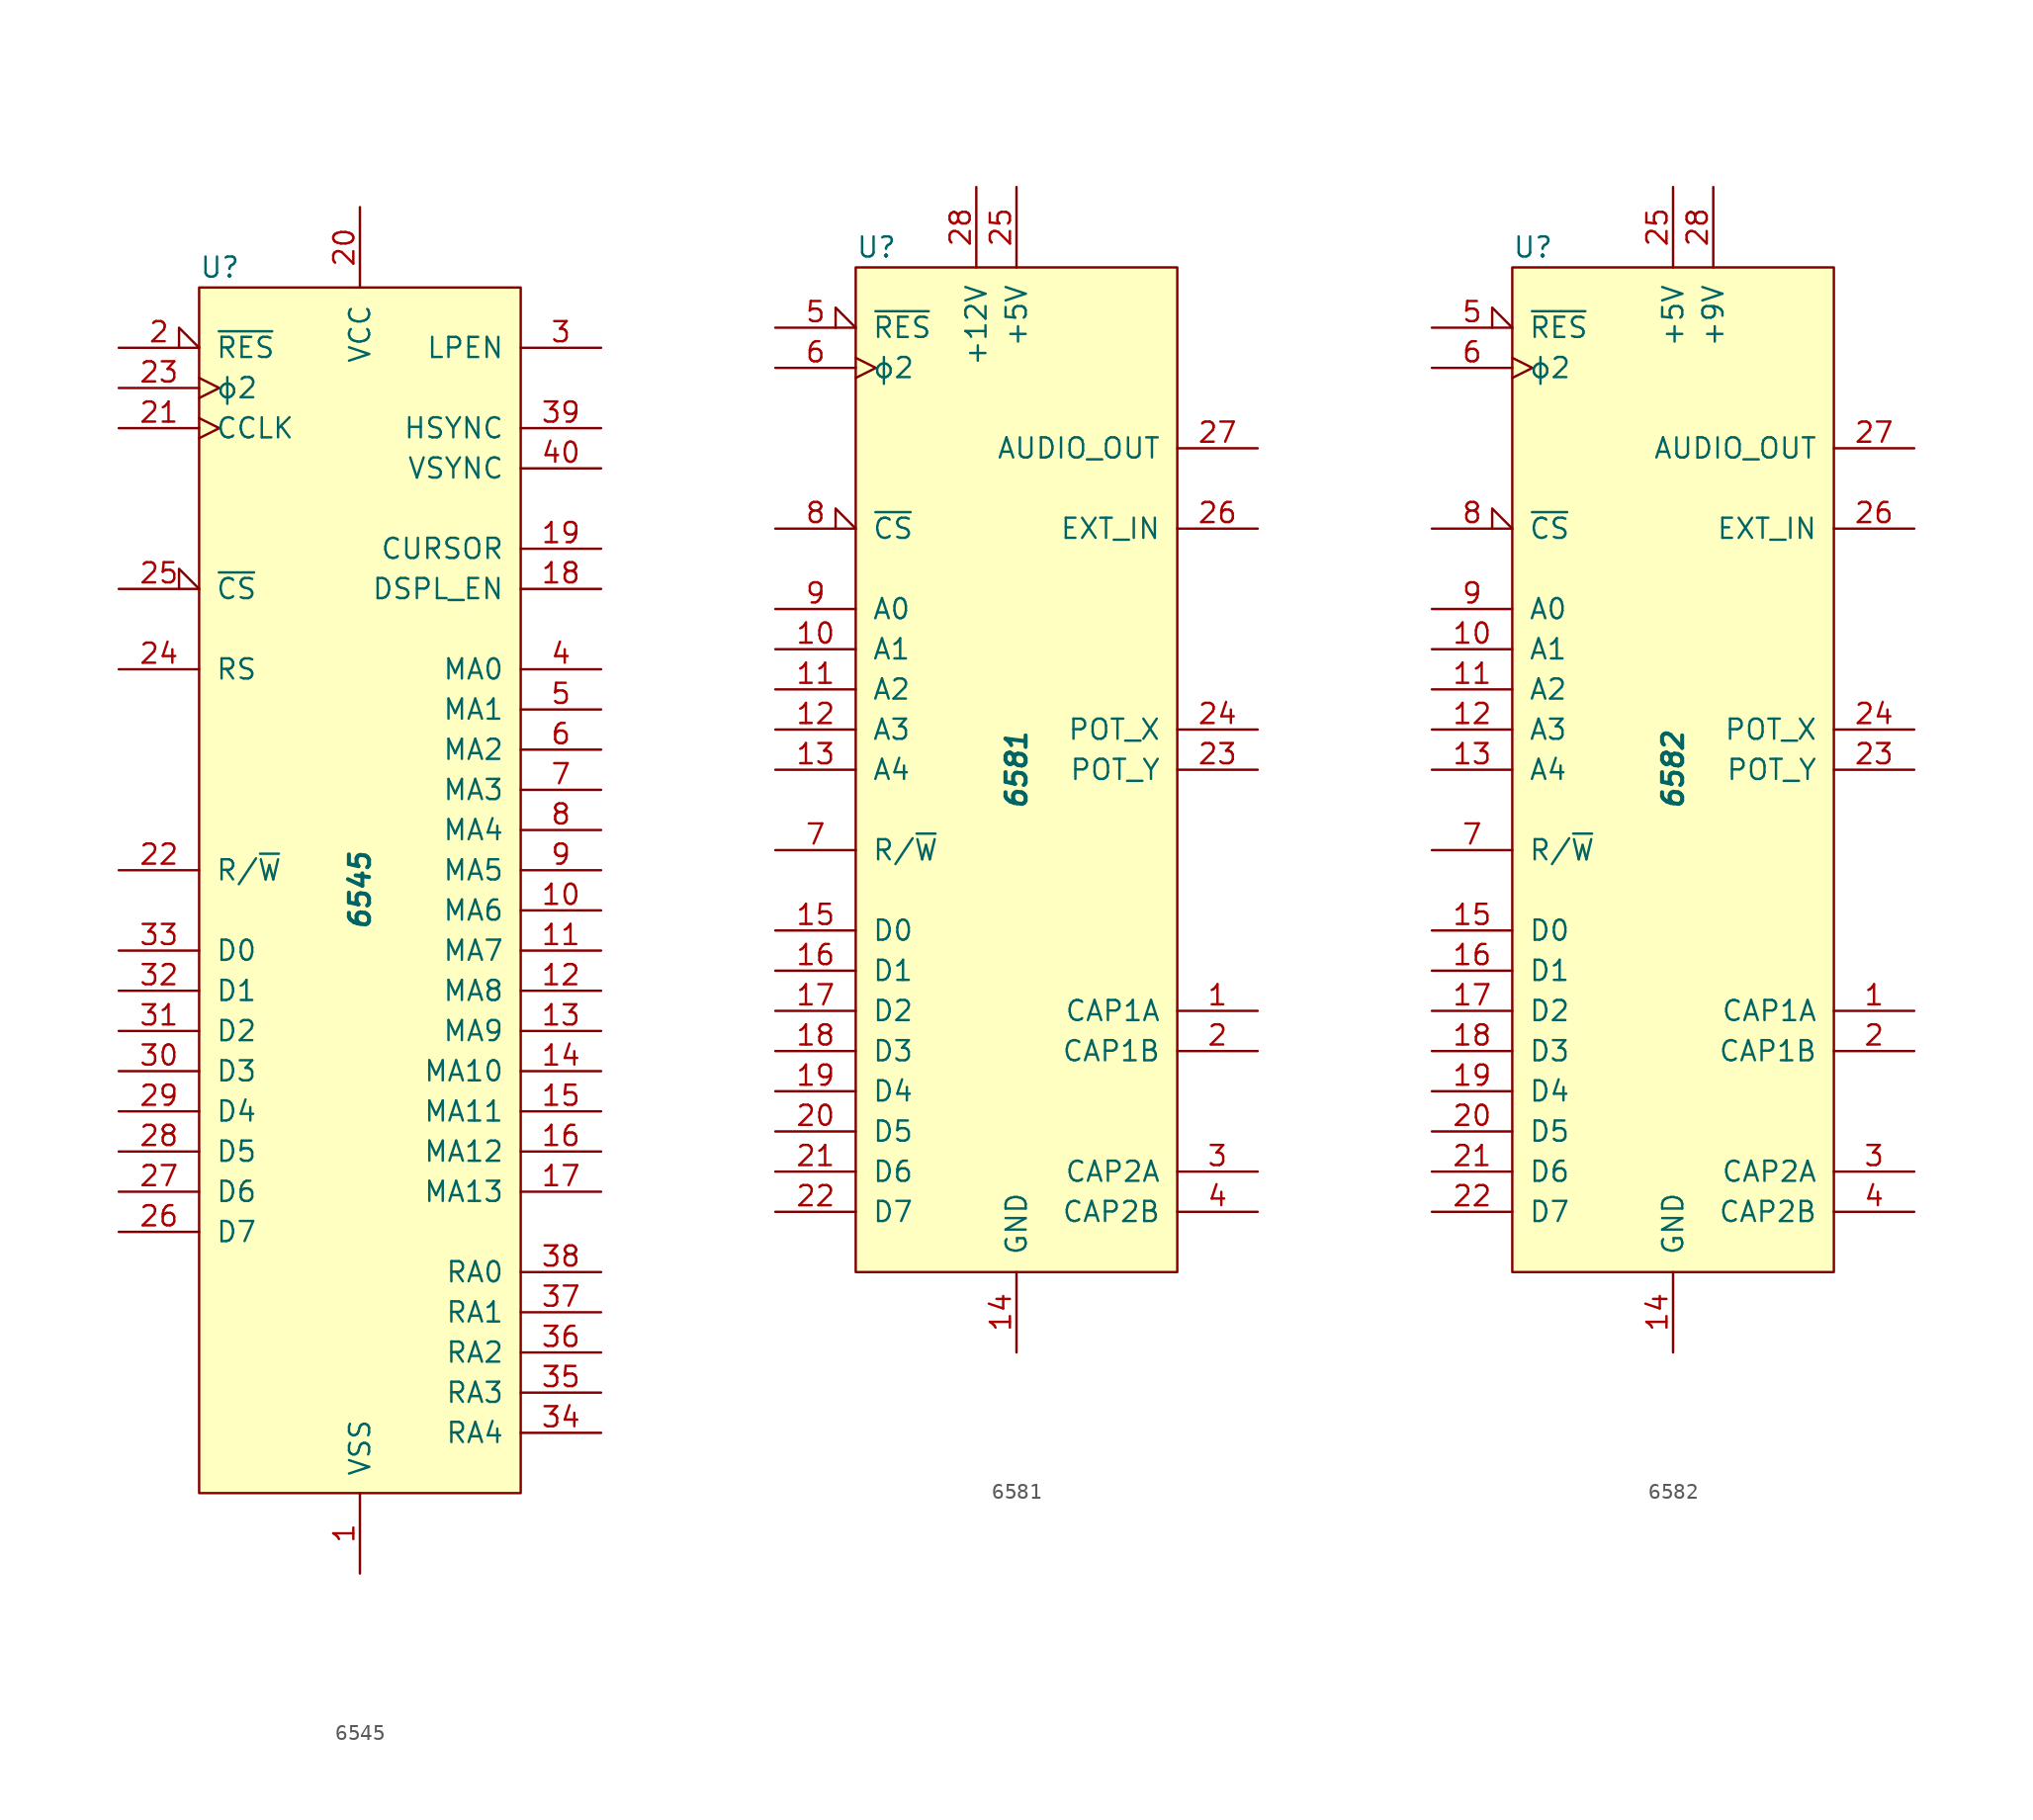
<source format=kicad_sym>
(kicad_symbol_lib
  (version 20211014)
  (generator kicad_symbol_editor)
  (symbol "6545"
    (pin_names
      (offset 1.016))
    (property "Reference" "U"
      (at -10.16 39.37 0)
      (effects (font (size 1.27 1.27)) (justify left)))
    (property "Value" "6545"
      (at 0 0 90)
      (effects (font (size 1.27 1.27) bold italic)))
    (symbol "6545_0_1"
      (rectangle (start -10.16 38.1) (end 10.16 -38.1) (stroke (width 0) (type default) (color 0 0 0 0)) (fill (type background))))
    (symbol "6545_1_1"
      (pin power_in line (at 0 -43.18 90) (length 5.08) (name "VSS" (effects (font (size 1.27 1.27)))) (number "1" (effects (font (size 1.27 1.27)))))
      (pin output line (at 15.24 -1.27 180) (length 5.08) (name "MA6" (effects (font (size 1.27 1.27)))) (number "10" (effects (font (size 1.27 1.27)))))
      (pin output line (at 15.24 -3.81 180) (length 5.08) (name "MA7" (effects (font (size 1.27 1.27)))) (number "11" (effects (font (size 1.27 1.27)))))
      (pin output line (at 15.24 -6.35 180) (length 5.08) (name "MA8" (effects (font (size 1.27 1.27)))) (number "12" (effects (font (size 1.27 1.27)))))
      (pin output line (at 15.24 -8.89 180) (length 5.08) (name "MA9" (effects (font (size 1.27 1.27)))) (number "13" (effects (font (size 1.27 1.27)))))
      (pin output line (at 15.24 -11.43 180) (length 5.08) (name "MA10" (effects (font (size 1.27 1.27)))) (number "14" (effects (font (size 1.27 1.27)))))
      (pin output line (at 15.24 -13.97 180) (length 5.08) (name "MA11" (effects (font (size 1.27 1.27)))) (number "15" (effects (font (size 1.27 1.27)))))
      (pin output line (at 15.24 -16.51 180) (length 5.08) (name "MA12" (effects (font (size 1.27 1.27)))) (number "16" (effects (font (size 1.27 1.27)))))
      (pin output line (at 15.24 -19.05 180) (length 5.08) (name "MA13" (effects (font (size 1.27 1.27)))) (number "17" (effects (font (size 1.27 1.27)))))
      (pin output line (at 15.24 19.05 180) (length 5.08) (name "DSPL_EN" (effects (font (size 1.27 1.27)))) (number "18" (effects (font (size 1.27 1.27)))))
      (pin output line (at 15.24 21.59 180) (length 5.08) (name "CURSOR" (effects (font (size 1.27 1.27)))) (number "19" (effects (font (size 1.27 1.27)))))
      (pin input input_low (at -15.24 34.29 0) (length 5.08) (name "~{RES}" (effects (font (size 1.27 1.27)))) (number "2" (effects (font (size 1.27 1.27)))))
      (pin power_in line (at 0 43.18 270) (length 5.08) (name "VCC" (effects (font (size 1.27 1.27)))) (number "20" (effects (font (size 1.27 1.27)))))
      (pin input clock (at -15.24 29.21 0) (length 5.08) (name "CCLK" (effects (font (size 1.27 1.27)))) (number "21" (effects (font (size 1.27 1.27)))))
      (pin input line (at -15.24 1.27 0) (length 5.08) (name "R/~{W}" (effects (font (size 1.27 1.27)))) (number "22" (effects (font (size 1.27 1.27)))))
      (pin input clock (at -15.24 31.75 0) (length 5.08) (name "ϕ2" (effects (font (size 1.27 1.27)))) (number "23" (effects (font (size 1.27 1.27)))))
      (pin input line (at -15.24 13.97 0) (length 5.08) (name "RS" (effects (font (size 1.27 1.27)))) (number "24" (effects (font (size 1.27 1.27)))))
      (pin input input_low (at -15.24 19.05 0) (length 5.08) (name "~{CS}" (effects (font (size 1.27 1.27)))) (number "25" (effects (font (size 1.27 1.27)))))
      (pin bidirectional line (at -15.24 -21.59 0) (length 5.08) (name "D7" (effects (font (size 1.27 1.27)))) (number "26" (effects (font (size 1.27 1.27)))))
      (pin bidirectional line (at -15.24 -19.05 0) (length 5.08) (name "D6" (effects (font (size 1.27 1.27)))) (number "27" (effects (font (size 1.27 1.27)))))
      (pin bidirectional line (at -15.24 -16.51 0) (length 5.08) (name "D5" (effects (font (size 1.27 1.27)))) (number "28" (effects (font (size 1.27 1.27)))))
      (pin bidirectional line (at -15.24 -13.97 0) (length 5.08) (name "D4" (effects (font (size 1.27 1.27)))) (number "29" (effects (font (size 1.27 1.27)))))
      (pin input line (at 15.24 34.29 180) (length 5.08) (name "LPEN" (effects (font (size 1.27 1.27)))) (number "3" (effects (font (size 1.27 1.27)))))
      (pin bidirectional line (at -15.24 -11.43 0) (length 5.08) (name "D3" (effects (font (size 1.27 1.27)))) (number "30" (effects (font (size 1.27 1.27)))))
      (pin bidirectional line (at -15.24 -8.89 0) (length 5.08) (name "D2" (effects (font (size 1.27 1.27)))) (number "31" (effects (font (size 1.27 1.27)))))
      (pin bidirectional line (at -15.24 -6.35 0) (length 5.08) (name "D1" (effects (font (size 1.27 1.27)))) (number "32" (effects (font (size 1.27 1.27)))))
      (pin bidirectional line (at -15.24 -3.81 0) (length 5.08) (name "D0" (effects (font (size 1.27 1.27)))) (number "33" (effects (font (size 1.27 1.27)))))
      (pin output line (at 15.24 -34.29 180) (length 5.08) (name "RA4" (effects (font (size 1.27 1.27)))) (number "34" (effects (font (size 1.27 1.27)))))
      (pin output line (at 15.24 -31.75 180) (length 5.08) (name "RA3" (effects (font (size 1.27 1.27)))) (number "35" (effects (font (size 1.27 1.27)))))
      (pin output line (at 15.24 -29.21 180) (length 5.08) (name "RA2" (effects (font (size 1.27 1.27)))) (number "36" (effects (font (size 1.27 1.27)))))
      (pin output line (at 15.24 -26.67 180) (length 5.08) (name "RA1" (effects (font (size 1.27 1.27)))) (number "37" (effects (font (size 1.27 1.27)))))
      (pin output line (at 15.24 -24.13 180) (length 5.08) (name "RA0" (effects (font (size 1.27 1.27)))) (number "38" (effects (font (size 1.27 1.27)))))
      (pin output line (at 15.24 29.21 180) (length 5.08) (name "HSYNC" (effects (font (size 1.27 1.27)))) (number "39" (effects (font (size 1.27 1.27)))))
      (pin output line (at 15.24 13.97 180) (length 5.08) (name "MA0" (effects (font (size 1.27 1.27)))) (number "4" (effects (font (size 1.27 1.27)))))
      (pin output line (at 15.24 26.67 180) (length 5.08) (name "VSYNC" (effects (font (size 1.27 1.27)))) (number "40" (effects (font (size 1.27 1.27)))))
      (pin output line (at 15.24 11.43 180) (length 5.08) (name "MA1" (effects (font (size 1.27 1.27)))) (number "5" (effects (font (size 1.27 1.27)))))
      (pin output line (at 15.24 8.89 180) (length 5.08) (name "MA2" (effects (font (size 1.27 1.27)))) (number "6" (effects (font (size 1.27 1.27)))))
      (pin output line (at 15.24 6.35 180) (length 5.08) (name "MA3" (effects (font (size 1.27 1.27)))) (number "7" (effects (font (size 1.27 1.27)))))
      (pin output line (at 15.24 3.81 180) (length 5.08) (name "MA4" (effects (font (size 1.27 1.27)))) (number "8" (effects (font (size 1.27 1.27)))))
      (pin output line (at 15.24 1.27 180) (length 5.08) (name "MA5" (effects (font (size 1.27 1.27)))) (number "9" (effects (font (size 1.27 1.27)))))))
  (symbol "6581"
    (pin_names
      (offset 1.016))
    (property "Reference" "U"
      (at -10.16 33.02 0)
      (effects (font (size 1.27 1.27)) (justify left)))
    (property "Value" "6581"
      (at 0 0 90)
      (effects (font (size 1.27 1.27) bold italic)))
    (symbol "6581_0_1"
      (rectangle (start -10.16 31.75) (end 10.16 -31.75) (stroke (width 0) (type default) (color 0 0 0 0)) (fill (type background))))
    (symbol "6581_1_1"
      (pin passive line (at 15.24 -15.24 180) (length 5.08) (name "CAP1A" (effects (font (size 1.27 1.27)))) (number "1" (effects (font (size 1.27 1.27)))))
      (pin input line (at -15.24 7.62 0) (length 5.08) (name "A1" (effects (font (size 1.27 1.27)))) (number "10" (effects (font (size 1.27 1.27)))))
      (pin input line (at -15.24 5.08 0) (length 5.08) (name "A2" (effects (font (size 1.27 1.27)))) (number "11" (effects (font (size 1.27 1.27)))))
      (pin input line (at -15.24 2.54 0) (length 5.08) (name "A3" (effects (font (size 1.27 1.27)))) (number "12" (effects (font (size 1.27 1.27)))))
      (pin input line (at -15.24 0 0) (length 5.08) (name "A4" (effects (font (size 1.27 1.27)))) (number "13" (effects (font (size 1.27 1.27)))))
      (pin power_in line (at 0 -36.83 90) (length 5.08) (name "GND" (effects (font (size 1.27 1.27)))) (number "14" (effects (font (size 1.27 1.27)))))
      (pin bidirectional line (at -15.24 -10.16 0) (length 5.08) (name "D0" (effects (font (size 1.27 1.27)))) (number "15" (effects (font (size 1.27 1.27)))))
      (pin bidirectional line (at -15.24 -12.7 0) (length 5.08) (name "D1" (effects (font (size 1.27 1.27)))) (number "16" (effects (font (size 1.27 1.27)))))
      (pin bidirectional line (at -15.24 -15.24 0) (length 5.08) (name "D2" (effects (font (size 1.27 1.27)))) (number "17" (effects (font (size 1.27 1.27)))))
      (pin bidirectional line (at -15.24 -17.78 0) (length 5.08) (name "D3" (effects (font (size 1.27 1.27)))) (number "18" (effects (font (size 1.27 1.27)))))
      (pin bidirectional line (at -15.24 -20.32 0) (length 5.08) (name "D4" (effects (font (size 1.27 1.27)))) (number "19" (effects (font (size 1.27 1.27)))))
      (pin passive line (at 15.24 -17.78 180) (length 5.08) (name "CAP1B" (effects (font (size 1.27 1.27)))) (number "2" (effects (font (size 1.27 1.27)))))
      (pin bidirectional line (at -15.24 -22.86 0) (length 5.08) (name "D5" (effects (font (size 1.27 1.27)))) (number "20" (effects (font (size 1.27 1.27)))))
      (pin bidirectional line (at -15.24 -25.4 0) (length 5.08) (name "D6" (effects (font (size 1.27 1.27)))) (number "21" (effects (font (size 1.27 1.27)))))
      (pin bidirectional line (at -15.24 -27.94 0) (length 5.08) (name "D7" (effects (font (size 1.27 1.27)))) (number "22" (effects (font (size 1.27 1.27)))))
      (pin input line (at 15.24 0 180) (length 5.08) (name "POT_Y" (effects (font (size 1.27 1.27)))) (number "23" (effects (font (size 1.27 1.27)))))
      (pin input line (at 15.24 2.54 180) (length 5.08) (name "POT_X" (effects (font (size 1.27 1.27)))) (number "24" (effects (font (size 1.27 1.27)))))
      (pin power_in line (at 0 36.83 270) (length 5.08) (name "+5V" (effects (font (size 1.27 1.27)))) (number "25" (effects (font (size 1.27 1.27)))))
      (pin input line (at 15.24 15.24 180) (length 5.08) (name "EXT_IN" (effects (font (size 1.27 1.27)))) (number "26" (effects (font (size 1.27 1.27)))))
      (pin output line (at 15.24 20.32 180) (length 5.08) (name "AUDIO_OUT" (effects (font (size 1.27 1.27)))) (number "27" (effects (font (size 1.27 1.27)))))
      (pin power_in line (at -2.54 36.83 270) (length 5.08) (name "+12V" (effects (font (size 1.27 1.27)))) (number "28" (effects (font (size 1.27 1.27)))))
      (pin passive line (at 15.24 -25.4 180) (length 5.08) (name "CAP2A" (effects (font (size 1.27 1.27)))) (number "3" (effects (font (size 1.27 1.27)))))
      (pin passive line (at 15.24 -27.94 180) (length 5.08) (name "CAP2B" (effects (font (size 1.27 1.27)))) (number "4" (effects (font (size 1.27 1.27)))))
      (pin input input_low (at -15.24 27.94 0) (length 5.08) (name "~{RES}" (effects (font (size 1.27 1.27)))) (number "5" (effects (font (size 1.27 1.27)))))
      (pin input clock (at -15.24 25.4 0) (length 5.08) (name "ϕ2" (effects (font (size 1.27 1.27)))) (number "6" (effects (font (size 1.27 1.27)))))
      (pin input line (at -15.24 -5.08 0) (length 5.08) (name "R/~{W}" (effects (font (size 1.27 1.27)))) (number "7" (effects (font (size 1.27 1.27)))))
      (pin input input_low (at -15.24 15.24 0) (length 5.08) (name "~{CS}" (effects (font (size 1.27 1.27)))) (number "8" (effects (font (size 1.27 1.27)))))
      (pin input line (at -15.24 10.16 0) (length 5.08) (name "A0" (effects (font (size 1.27 1.27)))) (number "9" (effects (font (size 1.27 1.27)))))))
  (symbol "6582"
    (pin_names
      (offset 1.016))
    (property "Reference" "U"
      (at -10.16 33.02 0)
      (effects (font (size 1.27 1.27)) (justify left)))
    (property "Value" "6582"
      (at 0 0 90)
      (effects (font (size 1.27 1.27) bold italic)))
    (symbol "6582_0_1"
      (rectangle (start -10.16 31.75) (end 10.16 -31.75) (stroke (width 0) (type default) (color 0 0 0 0)) (fill (type background))))
    (symbol "6582_1_1"
      (pin passive line (at 15.24 -15.24 180) (length 5.08) (name "CAP1A" (effects (font (size 1.27 1.27)))) (number "1" (effects (font (size 1.27 1.27)))))
      (pin input line (at -15.24 7.62 0) (length 5.08) (name "A1" (effects (font (size 1.27 1.27)))) (number "10" (effects (font (size 1.27 1.27)))))
      (pin input line (at -15.24 5.08 0) (length 5.08) (name "A2" (effects (font (size 1.27 1.27)))) (number "11" (effects (font (size 1.27 1.27)))))
      (pin input line (at -15.24 2.54 0) (length 5.08) (name "A3" (effects (font (size 1.27 1.27)))) (number "12" (effects (font (size 1.27 1.27)))))
      (pin input line (at -15.24 0 0) (length 5.08) (name "A4" (effects (font (size 1.27 1.27)))) (number "13" (effects (font (size 1.27 1.27)))))
      (pin power_in line (at 0 -36.83 90) (length 5.08) (name "GND" (effects (font (size 1.27 1.27)))) (number "14" (effects (font (size 1.27 1.27)))))
      (pin bidirectional line (at -15.24 -10.16 0) (length 5.08) (name "D0" (effects (font (size 1.27 1.27)))) (number "15" (effects (font (size 1.27 1.27)))))
      (pin bidirectional line (at -15.24 -12.7 0) (length 5.08) (name "D1" (effects (font (size 1.27 1.27)))) (number "16" (effects (font (size 1.27 1.27)))))
      (pin bidirectional line (at -15.24 -15.24 0) (length 5.08) (name "D2" (effects (font (size 1.27 1.27)))) (number "17" (effects (font (size 1.27 1.27)))))
      (pin bidirectional line (at -15.24 -17.78 0) (length 5.08) (name "D3" (effects (font (size 1.27 1.27)))) (number "18" (effects (font (size 1.27 1.27)))))
      (pin bidirectional line (at -15.24 -20.32 0) (length 5.08) (name "D4" (effects (font (size 1.27 1.27)))) (number "19" (effects (font (size 1.27 1.27)))))
      (pin passive line (at 15.24 -17.78 180) (length 5.08) (name "CAP1B" (effects (font (size 1.27 1.27)))) (number "2" (effects (font (size 1.27 1.27)))))
      (pin bidirectional line (at -15.24 -22.86 0) (length 5.08) (name "D5" (effects (font (size 1.27 1.27)))) (number "20" (effects (font (size 1.27 1.27)))))
      (pin bidirectional line (at -15.24 -25.4 0) (length 5.08) (name "D6" (effects (font (size 1.27 1.27)))) (number "21" (effects (font (size 1.27 1.27)))))
      (pin bidirectional line (at -15.24 -27.94 0) (length 5.08) (name "D7" (effects (font (size 1.27 1.27)))) (number "22" (effects (font (size 1.27 1.27)))))
      (pin input line (at 15.24 0 180) (length 5.08) (name "POT_Y" (effects (font (size 1.27 1.27)))) (number "23" (effects (font (size 1.27 1.27)))))
      (pin input line (at 15.24 2.54 180) (length 5.08) (name "POT_X" (effects (font (size 1.27 1.27)))) (number "24" (effects (font (size 1.27 1.27)))))
      (pin power_in line (at 0 36.83 270) (length 5.08) (name "+5V" (effects (font (size 1.27 1.27)))) (number "25" (effects (font (size 1.27 1.27)))))
      (pin input line (at 15.24 15.24 180) (length 5.08) (name "EXT_IN" (effects (font (size 1.27 1.27)))) (number "26" (effects (font (size 1.27 1.27)))))
      (pin output line (at 15.24 20.32 180) (length 5.08) (name "AUDIO_OUT" (effects (font (size 1.27 1.27)))) (number "27" (effects (font (size 1.27 1.27)))))
      (pin power_in line (at 2.54 36.83 270) (length 5.08) (name "+9V" (effects (font (size 1.27 1.27)))) (number "28" (effects (font (size 1.27 1.27)))))
      (pin passive line (at 15.24 -25.4 180) (length 5.08) (name "CAP2A" (effects (font (size 1.27 1.27)))) (number "3" (effects (font (size 1.27 1.27)))))
      (pin passive line (at 15.24 -27.94 180) (length 5.08) (name "CAP2B" (effects (font (size 1.27 1.27)))) (number "4" (effects (font (size 1.27 1.27)))))
      (pin input input_low (at -15.24 27.94 0) (length 5.08) (name "~{RES}" (effects (font (size 1.27 1.27)))) (number "5" (effects (font (size 1.27 1.27)))))
      (pin input clock (at -15.24 25.4 0) (length 5.08) (name "ϕ2" (effects (font (size 1.27 1.27)))) (number "6" (effects (font (size 1.27 1.27)))))
      (pin input line (at -15.24 -5.08 0) (length 5.08) (name "R/~{W}" (effects (font (size 1.27 1.27)))) (number "7" (effects (font (size 1.27 1.27)))))
      (pin input input_low (at -15.24 15.24 0) (length 5.08) (name "~{CS}" (effects (font (size 1.27 1.27)))) (number "8" (effects (font (size 1.27 1.27)))))
      (pin input line (at -15.24 10.16 0) (length 5.08) (name "A0" (effects (font (size 1.27 1.27)))) (number "9" (effects (font (size 1.27 1.27))))))))
</source>
